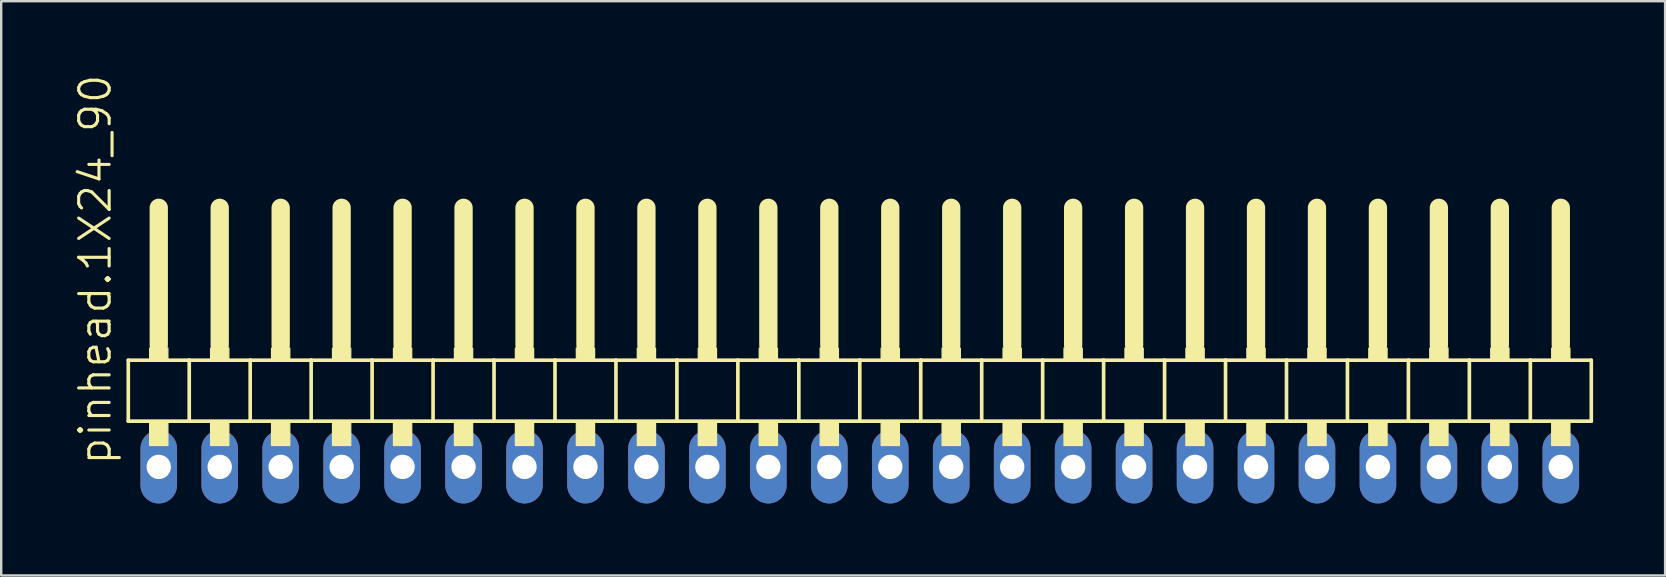
<source format=kicad_pcb>
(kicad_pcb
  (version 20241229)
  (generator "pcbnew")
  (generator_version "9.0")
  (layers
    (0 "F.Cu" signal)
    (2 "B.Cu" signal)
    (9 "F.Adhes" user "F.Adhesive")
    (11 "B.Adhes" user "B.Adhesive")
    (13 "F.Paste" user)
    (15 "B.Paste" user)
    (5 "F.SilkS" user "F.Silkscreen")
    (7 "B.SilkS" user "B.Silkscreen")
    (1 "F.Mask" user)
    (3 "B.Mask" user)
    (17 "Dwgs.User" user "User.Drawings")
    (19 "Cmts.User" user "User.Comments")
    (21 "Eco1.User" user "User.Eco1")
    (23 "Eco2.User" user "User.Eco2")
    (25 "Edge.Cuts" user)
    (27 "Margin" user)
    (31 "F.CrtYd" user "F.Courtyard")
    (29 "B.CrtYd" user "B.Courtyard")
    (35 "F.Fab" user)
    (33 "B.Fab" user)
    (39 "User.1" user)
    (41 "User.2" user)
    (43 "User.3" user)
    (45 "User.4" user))
  (footprint "pinhead.1X24_90"
    (layer "F.Cu")
    (at 32.775 12.594)
    (property "Reference" "pinhead.1X24_90" (at -31.115 3.81 90) (layer "F.SilkS") (effects (font (size 1.27 1.27) (thickness 0.13)) (justify left bottom)))
    (attr through_hole)
    (fp_line (start -30.48 -0.635) (end -30.48 1.905) (stroke (width 0.152) (type default)) (layer "F.SilkS"))
    (fp_line (start -30.48 1.905) (end -27.94 1.905) (stroke (width 0.152) (type default)) (layer "F.SilkS"))
    (fp_line (start -29.21 -6.985) (end -29.21 -1.27) (stroke (width 0.762) (type default)) (layer "F.SilkS"))
    (fp_line (start -27.94 -0.635) (end -30.48 -0.635) (stroke (width 0.152) (type default)) (layer "F.SilkS"))
    (fp_line (start -27.94 1.905) (end -27.94 -0.635) (stroke (width 0.152) (type default)) (layer "F.SilkS"))
    (fp_line (start -27.94 1.905) (end -25.4 1.905) (stroke (width 0.152) (type default)) (layer "F.SilkS"))
    (fp_line (start -26.67 -6.985) (end -26.67 -1.27) (stroke (width 0.762) (type default)) (layer "F.SilkS"))
    (fp_line (start -25.4 -0.635) (end -27.94 -0.635) (stroke (width 0.152) (type default)) (layer "F.SilkS"))
    (fp_line (start -25.4 1.905) (end -25.4 -0.635) (stroke (width 0.152) (type default)) (layer "F.SilkS"))
    (fp_line (start -25.4 1.905) (end -22.86 1.905) (stroke (width 0.152) (type default)) (layer "F.SilkS"))
    (fp_line (start -24.13 -6.985) (end -24.13 -1.27) (stroke (width 0.762) (type default)) (layer "F.SilkS"))
    (fp_line (start -22.86 -0.635) (end -25.4 -0.635) (stroke (width 0.152) (type default)) (layer "F.SilkS"))
    (fp_line (start -22.86 1.905) (end -22.86 -0.635) (stroke (width 0.152) (type default)) (layer "F.SilkS"))
    (fp_line (start -22.86 1.905) (end -20.32 1.905) (stroke (width 0.152) (type default)) (layer "F.SilkS"))
    (fp_line (start -21.59 -6.985) (end -21.59 -1.27) (stroke (width 0.762) (type default)) (layer "F.SilkS"))
    (fp_line (start -20.32 -0.635) (end -22.86 -0.635) (stroke (width 0.152) (type default)) (layer "F.SilkS"))
    (fp_line (start -20.32 1.905) (end -20.32 -0.635) (stroke (width 0.152) (type default)) (layer "F.SilkS"))
    (fp_line (start -20.32 1.905) (end -17.78 1.905) (stroke (width 0.152) (type default)) (layer "F.SilkS"))
    (fp_line (start -19.05 -6.985) (end -19.05 -1.27) (stroke (width 0.762) (type default)) (layer "F.SilkS"))
    (fp_line (start -17.78 -0.635) (end -20.32 -0.635) (stroke (width 0.152) (type default)) (layer "F.SilkS"))
    (fp_line (start -17.78 1.905) (end -17.78 -0.635) (stroke (width 0.152) (type default)) (layer "F.SilkS"))
    (fp_line (start -17.78 1.905) (end -15.24 1.905) (stroke (width 0.152) (type default)) (layer "F.SilkS"))
    (fp_line (start -16.51 -6.985) (end -16.51 -1.27) (stroke (width 0.762) (type default)) (layer "F.SilkS"))
    (fp_line (start -15.24 -0.635) (end -17.78 -0.635) (stroke (width 0.152) (type default)) (layer "F.SilkS"))
    (fp_line (start -15.24 1.905) (end -15.24 -0.635) (stroke (width 0.152) (type default)) (layer "F.SilkS"))
    (fp_line (start -15.24 1.905) (end -12.7 1.905) (stroke (width 0.152) (type default)) (layer "F.SilkS"))
    (fp_line (start -13.97 -6.985) (end -13.97 -1.27) (stroke (width 0.762) (type default)) (layer "F.SilkS"))
    (fp_line (start -12.7 -0.635) (end -15.24 -0.635) (stroke (width 0.152) (type default)) (layer "F.SilkS"))
    (fp_line (start -12.7 1.905) (end -12.7 -0.635) (stroke (width 0.152) (type default)) (layer "F.SilkS"))
    (fp_line (start -12.7 1.905) (end -10.16 1.905) (stroke (width 0.152) (type default)) (layer "F.SilkS"))
    (fp_line (start -11.43 -6.985) (end -11.43 -1.27) (stroke (width 0.762) (type default)) (layer "F.SilkS"))
    (fp_line (start -10.16 -0.635) (end -12.7 -0.635) (stroke (width 0.152) (type default)) (layer "F.SilkS"))
    (fp_line (start -10.16 1.905) (end -10.16 -0.635) (stroke (width 0.152) (type default)) (layer "F.SilkS"))
    (fp_line (start -10.16 1.905) (end -7.62 1.905) (stroke (width 0.152) (type default)) (layer "F.SilkS"))
    (fp_line (start -8.89 -6.985) (end -8.89 -1.27) (stroke (width 0.762) (type default)) (layer "F.SilkS"))
    (fp_line (start -7.62 -0.635) (end -10.16 -0.635) (stroke (width 0.152) (type default)) (layer "F.SilkS"))
    (fp_line (start -7.62 1.905) (end -7.62 -0.635) (stroke (width 0.152) (type default)) (layer "F.SilkS"))
    (fp_line (start -7.62 1.905) (end -5.08 1.905) (stroke (width 0.152) (type default)) (layer "F.SilkS"))
    (fp_line (start -6.35 -6.985) (end -6.35 -1.27) (stroke (width 0.762) (type default)) (layer "F.SilkS"))
    (fp_line (start -5.08 -0.635) (end -7.62 -0.635) (stroke (width 0.152) (type default)) (layer "F.SilkS"))
    (fp_line (start -5.08 1.905) (end -5.08 -0.635) (stroke (width 0.152) (type default)) (layer "F.SilkS"))
    (fp_line (start -5.08 1.905) (end -2.54 1.905) (stroke (width 0.152) (type default)) (layer "F.SilkS"))
    (fp_line (start -3.81 -6.985) (end -3.81 -1.27) (stroke (width 0.762) (type default)) (layer "F.SilkS"))
    (fp_line (start -2.54 -0.635) (end -5.08 -0.635) (stroke (width 0.152) (type default)) (layer "F.SilkS"))
    (fp_line (start -2.54 1.905) (end -2.54 -0.635) (stroke (width 0.152) (type default)) (layer "F.SilkS"))
    (fp_line (start -2.54 1.905) (end 0 1.905) (stroke (width 0.152) (type default)) (layer "F.SilkS"))
    (fp_line (start -1.27 -6.985) (end -1.27 -1.27) (stroke (width 0.762) (type default)) (layer "F.SilkS"))
    (fp_line (start 0 -0.635) (end -2.54 -0.635) (stroke (width 0.152) (type default)) (layer "F.SilkS"))
    (fp_line (start 0 1.905) (end 0 -0.635) (stroke (width 0.152) (type default)) (layer "F.SilkS"))
    (fp_line (start 0 1.905) (end 2.54 1.905) (stroke (width 0.152) (type default)) (layer "F.SilkS"))
    (fp_line (start 1.27 -6.985) (end 1.27 -1.27) (stroke (width 0.762) (type default)) (layer "F.SilkS"))
    (fp_line (start 2.54 -0.635) (end 0 -0.635) (stroke (width 0.152) (type default)) (layer "F.SilkS"))
    (fp_line (start 2.54 1.905) (end 2.54 -0.635) (stroke (width 0.152) (type default)) (layer "F.SilkS"))
    (fp_line (start 2.54 1.905) (end 5.08 1.905) (stroke (width 0.152) (type default)) (layer "F.SilkS"))
    (fp_line (start 3.81 -6.985) (end 3.81 -1.27) (stroke (width 0.762) (type default)) (layer "F.SilkS"))
    (fp_line (start 5.08 -0.635) (end 2.54 -0.635) (stroke (width 0.152) (type default)) (layer "F.SilkS"))
    (fp_line (start 5.08 1.905) (end 5.08 -0.635) (stroke (width 0.152) (type default)) (layer "F.SilkS"))
    (fp_line (start 5.08 1.905) (end 7.62 1.905) (stroke (width 0.152) (type default)) (layer "F.SilkS"))
    (fp_line (start 6.35 -6.985) (end 6.35 -1.27) (stroke (width 0.762) (type default)) (layer "F.SilkS"))
    (fp_line (start 7.62 -0.635) (end 5.08 -0.635) (stroke (width 0.152) (type default)) (layer "F.SilkS"))
    (fp_line (start 7.62 1.905) (end 7.62 -0.635) (stroke (width 0.152) (type default)) (layer "F.SilkS"))
    (fp_line (start 7.62 1.905) (end 10.16 1.905) (stroke (width 0.152) (type default)) (layer "F.SilkS"))
    (fp_line (start 8.89 -6.985) (end 8.89 -1.27) (stroke (width 0.762) (type default)) (layer "F.SilkS"))
    (fp_line (start 10.16 -0.635) (end 7.62 -0.635) (stroke (width 0.152) (type default)) (layer "F.SilkS"))
    (fp_line (start 10.16 1.905) (end 10.16 -0.635) (stroke (width 0.152) (type default)) (layer "F.SilkS"))
    (fp_line (start 10.16 1.905) (end 12.7 1.905) (stroke (width 0.152) (type default)) (layer "F.SilkS"))
    (fp_line (start 11.43 -6.985) (end 11.43 -1.27) (stroke (width 0.762) (type default)) (layer "F.SilkS"))
    (fp_line (start 12.7 -0.635) (end 10.16 -0.635) (stroke (width 0.152) (type default)) (layer "F.SilkS"))
    (fp_line (start 12.7 1.905) (end 12.7 -0.635) (stroke (width 0.152) (type default)) (layer "F.SilkS"))
    (fp_line (start 12.7 1.905) (end 15.24 1.905) (stroke (width 0.152) (type default)) (layer "F.SilkS"))
    (fp_line (start 13.97 -6.985) (end 13.97 -1.27) (stroke (width 0.762) (type default)) (layer "F.SilkS"))
    (fp_line (start 15.24 -0.635) (end 12.7 -0.635) (stroke (width 0.152) (type default)) (layer "F.SilkS"))
    (fp_line (start 15.24 1.905) (end 15.24 -0.635) (stroke (width 0.152) (type default)) (layer "F.SilkS"))
    (fp_line (start 15.24 1.905) (end 17.78 1.905) (stroke (width 0.152) (type default)) (layer "F.SilkS"))
    (fp_line (start 16.51 -6.985) (end 16.51 -1.27) (stroke (width 0.762) (type default)) (layer "F.SilkS"))
    (fp_line (start 17.78 -0.635) (end 15.24 -0.635) (stroke (width 0.152) (type default)) (layer "F.SilkS"))
    (fp_line (start 17.78 1.905) (end 17.78 -0.635) (stroke (width 0.152) (type default)) (layer "F.SilkS"))
    (fp_line (start 17.78 1.905) (end 20.32 1.905) (stroke (width 0.152) (type default)) (layer "F.SilkS"))
    (fp_line (start 19.05 -6.985) (end 19.05 -1.27) (stroke (width 0.762) (type default)) (layer "F.SilkS"))
    (fp_line (start 20.32 -0.635) (end 17.78 -0.635) (stroke (width 0.152) (type default)) (layer "F.SilkS"))
    (fp_line (start 20.32 1.905) (end 20.32 -0.635) (stroke (width 0.152) (type default)) (layer "F.SilkS"))
    (fp_line (start 20.32 1.905) (end 22.86 1.905) (stroke (width 0.152) (type default)) (layer "F.SilkS"))
    (fp_line (start 21.59 -6.985) (end 21.59 -1.27) (stroke (width 0.762) (type default)) (layer "F.SilkS"))
    (fp_line (start 22.86 -0.635) (end 20.32 -0.635) (stroke (width 0.152) (type default)) (layer "F.SilkS"))
    (fp_line (start 22.86 1.905) (end 22.86 -0.635) (stroke (width 0.152) (type default)) (layer "F.SilkS"))
    (fp_line (start 22.86 1.905) (end 25.4 1.905) (stroke (width 0.152) (type default)) (layer "F.SilkS"))
    (fp_line (start 24.13 -6.985) (end 24.13 -1.27) (stroke (width 0.762) (type default)) (layer "F.SilkS"))
    (fp_line (start 25.4 -0.635) (end 22.86 -0.635) (stroke (width 0.152) (type default)) (layer "F.SilkS"))
    (fp_line (start 25.4 1.905) (end 25.4 -0.635) (stroke (width 0.152) (type default)) (layer "F.SilkS"))
    (fp_line (start 25.4 1.905) (end 27.94 1.905) (stroke (width 0.152) (type default)) (layer "F.SilkS"))
    (fp_line (start 26.67 -6.985) (end 26.67 -1.27) (stroke (width 0.762) (type default)) (layer "F.SilkS"))
    (fp_line (start 27.94 -0.635) (end 25.4 -0.635) (stroke (width 0.152) (type default)) (layer "F.SilkS"))
    (fp_line (start 27.94 1.905) (end 27.94 -0.635) (stroke (width 0.152) (type default)) (layer "F.SilkS"))
    (fp_line (start 27.94 1.905) (end 30.48 1.905) (stroke (width 0.152) (type default)) (layer "F.SilkS"))
    (fp_line (start 29.21 -6.985) (end 29.21 -1.27) (stroke (width 0.762) (type default)) (layer "F.SilkS"))
    (fp_line (start 30.48 -0.635) (end 27.94 -0.635) (stroke (width 0.152) (type default)) (layer "F.SilkS"))
    (fp_line (start 30.48 1.905) (end 30.48 -0.635) (stroke (width 0.152) (type default)) (layer "F.SilkS"))
    (fp_rect (start -29.591 -0.635) (end -28.829 -1.143) (stroke (width 0.05) (type default)) (fill yes) (layer "F.SilkS"))
    (fp_rect (start -29.591 2.921) (end -28.829 1.905) (stroke (width 0.05) (type default)) (fill yes) (layer "F.SilkS"))
    (fp_rect (start -27.051 -0.635) (end -26.289 -1.143) (stroke (width 0.05) (type default)) (fill yes) (layer "F.SilkS"))
    (fp_rect (start -27.051 2.921) (end -26.289 1.905) (stroke (width 0.05) (type default)) (fill yes) (layer "F.SilkS"))
    (fp_rect (start -24.511 -0.635) (end -23.749 -1.143) (stroke (width 0.05) (type default)) (fill yes) (layer "F.SilkS"))
    (fp_rect (start -24.511 2.921) (end -23.749 1.905) (stroke (width 0.05) (type default)) (fill yes) (layer "F.SilkS"))
    (fp_rect (start -21.971 -0.635) (end -21.209 -1.143) (stroke (width 0.05) (type default)) (fill yes) (layer "F.SilkS"))
    (fp_rect (start -21.971 2.921) (end -21.209 1.905) (stroke (width 0.05) (type default)) (fill yes) (layer "F.SilkS"))
    (fp_rect (start -19.431 -0.635) (end -18.669 -1.143) (stroke (width 0.05) (type default)) (fill yes) (layer "F.SilkS"))
    (fp_rect (start -19.431 2.921) (end -18.669 1.905) (stroke (width 0.05) (type default)) (fill yes) (layer "F.SilkS"))
    (fp_rect (start -16.891 -0.635) (end -16.129 -1.143) (stroke (width 0.05) (type default)) (fill yes) (layer "F.SilkS"))
    (fp_rect (start -16.891 2.921) (end -16.129 1.905) (stroke (width 0.05) (type default)) (fill yes) (layer "F.SilkS"))
    (fp_rect (start -14.351 -0.635) (end -13.589 -1.143) (stroke (width 0.05) (type default)) (fill yes) (layer "F.SilkS"))
    (fp_rect (start -14.351 2.921) (end -13.589 1.905) (stroke (width 0.05) (type default)) (fill yes) (layer "F.SilkS"))
    (fp_rect (start -11.811 -0.635) (end -11.049 -1.143) (stroke (width 0.05) (type default)) (fill yes) (layer "F.SilkS"))
    (fp_rect (start -11.811 2.921) (end -11.049 1.905) (stroke (width 0.05) (type default)) (fill yes) (layer "F.SilkS"))
    (fp_rect (start -9.271 -0.635) (end -8.509 -1.143) (stroke (width 0.05) (type default)) (fill yes) (layer "F.SilkS"))
    (fp_rect (start -9.271 2.921) (end -8.509 1.905) (stroke (width 0.05) (type default)) (fill yes) (layer "F.SilkS"))
    (fp_rect (start -6.731 -0.635) (end -5.969 -1.143) (stroke (width 0.05) (type default)) (fill yes) (layer "F.SilkS"))
    (fp_rect (start -6.731 2.921) (end -5.969 1.905) (stroke (width 0.05) (type default)) (fill yes) (layer "F.SilkS"))
    (fp_rect (start -4.191 -0.635) (end -3.429 -1.143) (stroke (width 0.05) (type default)) (fill yes) (layer "F.SilkS"))
    (fp_rect (start -4.191 2.921) (end -3.429 1.905) (stroke (width 0.05) (type default)) (fill yes) (layer "F.SilkS"))
    (fp_rect (start -1.651 -0.635) (end -0.889 -1.143) (stroke (width 0.05) (type default)) (fill yes) (layer "F.SilkS"))
    (fp_rect (start -1.651 2.921) (end -0.889 1.905) (stroke (width 0.05) (type default)) (fill yes) (layer "F.SilkS"))
    (fp_rect (start 0.889 -0.635) (end 1.651 -1.143) (stroke (width 0.05) (type default)) (fill yes) (layer "F.SilkS"))
    (fp_rect (start 0.889 2.921) (end 1.651 1.905) (stroke (width 0.05) (type default)) (fill yes) (layer "F.SilkS"))
    (fp_rect (start 3.429 -0.635) (end 4.191 -1.143) (stroke (width 0.05) (type default)) (fill yes) (layer "F.SilkS"))
    (fp_rect (start 3.429 2.921) (end 4.191 1.905) (stroke (width 0.05) (type default)) (fill yes) (layer "F.SilkS"))
    (fp_rect (start 5.969 -0.635) (end 6.731 -1.143) (stroke (width 0.05) (type default)) (fill yes) (layer "F.SilkS"))
    (fp_rect (start 5.969 2.921) (end 6.731 1.905) (stroke (width 0.05) (type default)) (fill yes) (layer "F.SilkS"))
    (fp_rect (start 8.509 -0.635) (end 9.271 -1.143) (stroke (width 0.05) (type default)) (fill yes) (layer "F.SilkS"))
    (fp_rect (start 8.509 2.921) (end 9.271 1.905) (stroke (width 0.05) (type default)) (fill yes) (layer "F.SilkS"))
    (fp_rect (start 11.049 -0.635) (end 11.811 -1.143) (stroke (width 0.05) (type default)) (fill yes) (layer "F.SilkS"))
    (fp_rect (start 11.049 2.921) (end 11.811 1.905) (stroke (width 0.05) (type default)) (fill yes) (layer "F.SilkS"))
    (fp_rect (start 13.589 -0.635) (end 14.351 -1.143) (stroke (width 0.05) (type default)) (fill yes) (layer "F.SilkS"))
    (fp_rect (start 13.589 2.921) (end 14.351 1.905) (stroke (width 0.05) (type default)) (fill yes) (layer "F.SilkS"))
    (fp_rect (start 16.129 -0.635) (end 16.891 -1.143) (stroke (width 0.05) (type default)) (fill yes) (layer "F.SilkS"))
    (fp_rect (start 16.129 2.921) (end 16.891 1.905) (stroke (width 0.05) (type default)) (fill yes) (layer "F.SilkS"))
    (fp_rect (start 18.669 -0.635) (end 19.431 -1.143) (stroke (width 0.05) (type default)) (fill yes) (layer "F.SilkS"))
    (fp_rect (start 18.669 2.921) (end 19.431 1.905) (stroke (width 0.05) (type default)) (fill yes) (layer "F.SilkS"))
    (fp_rect (start 21.209 -0.635) (end 21.971 -1.143) (stroke (width 0.05) (type default)) (fill yes) (layer "F.SilkS"))
    (fp_rect (start 21.209 2.921) (end 21.971 1.905) (stroke (width 0.05) (type default)) (fill yes) (layer "F.SilkS"))
    (fp_rect (start 23.749 -0.635) (end 24.511 -1.143) (stroke (width 0.05) (type default)) (fill yes) (layer "F.SilkS"))
    (fp_rect (start 23.749 2.921) (end 24.511 1.905) (stroke (width 0.05) (type default)) (fill yes) (layer "F.SilkS"))
    (fp_rect (start 26.289 -0.635) (end 27.051 -1.143) (stroke (width 0.05) (type default)) (fill yes) (layer "F.SilkS"))
    (fp_rect (start 26.289 2.921) (end 27.051 1.905) (stroke (width 0.05) (type default)) (fill yes) (layer "F.SilkS"))
    (fp_rect (start 28.829 -0.635) (end 29.591 -1.143) (stroke (width 0.05) (type default)) (fill yes) (layer "F.SilkS"))
    (fp_rect (start 28.829 2.921) (end 29.591 1.905) (stroke (width 0.05) (type default)) (fill yes) (layer "F.SilkS"))
    (pad "1" thru_hole oval (at -29.21 3.81 90) (size 3.048 1.524) (drill 1.016) (layers "*.Cu" "*.Mask"))
    (pad "2" thru_hole oval (at -26.67 3.81 90) (size 3.048 1.524) (drill 1.016) (layers "*.Cu" "*.Mask"))
    (pad "3" thru_hole oval (at -24.13 3.81 90) (size 3.048 1.524) (drill 1.016) (layers "*.Cu" "*.Mask"))
    (pad "4" thru_hole oval (at -21.59 3.81 90) (size 3.048 1.524) (drill 1.016) (layers "*.Cu" "*.Mask"))
    (pad "5" thru_hole oval (at -19.05 3.81 90) (size 3.048 1.524) (drill 1.016) (layers "*.Cu" "*.Mask"))
    (pad "6" thru_hole oval (at -16.51 3.81 90) (size 3.048 1.524) (drill 1.016) (layers "*.Cu" "*.Mask"))
    (pad "7" thru_hole oval (at -13.97 3.81 90) (size 3.048 1.524) (drill 1.016) (layers "*.Cu" "*.Mask"))
    (pad "8" thru_hole oval (at -11.43 3.81 90) (size 3.048 1.524) (drill 1.016) (layers "*.Cu" "*.Mask"))
    (pad "9" thru_hole oval (at -8.89 3.81 90) (size 3.048 1.524) (drill 1.016) (layers "*.Cu" "*.Mask"))
    (pad "10" thru_hole oval (at -6.35 3.81 90) (size 3.048 1.524) (drill 1.016) (layers "*.Cu" "*.Mask"))
    (pad "11" thru_hole oval (at -3.81 3.81 90) (size 3.048 1.524) (drill 1.016) (layers "*.Cu" "*.Mask"))
    (pad "12" thru_hole oval (at -1.27 3.81 90) (size 3.048 1.524) (drill 1.016) (layers "*.Cu" "*.Mask"))
    (pad "13" thru_hole oval (at 1.27 3.81 90) (size 3.048 1.524) (drill 1.016) (layers "*.Cu" "*.Mask"))
    (pad "14" thru_hole oval (at 3.81 3.81 90) (size 3.048 1.524) (drill 1.016) (layers "*.Cu" "*.Mask"))
    (pad "15" thru_hole oval (at 6.35 3.81 90) (size 3.048 1.524) (drill 1.016) (layers "*.Cu" "*.Mask"))
    (pad "16" thru_hole oval (at 8.89 3.81 90) (size 3.048 1.524) (drill 1.016) (layers "*.Cu" "*.Mask"))
    (pad "17" thru_hole oval (at 11.43 3.81 90) (size 3.048 1.524) (drill 1.016) (layers "*.Cu" "*.Mask"))
    (pad "18" thru_hole oval (at 13.97 3.81 90) (size 3.048 1.524) (drill 1.016) (layers "*.Cu" "*.Mask"))
    (pad "19" thru_hole oval (at 16.51 3.81 90) (size 3.048 1.524) (drill 1.016) (layers "*.Cu" "*.Mask"))
    (pad "20" thru_hole oval (at 19.05 3.81 90) (size 3.048 1.524) (drill 1.016) (layers "*.Cu" "*.Mask"))
    (pad "21" thru_hole oval (at 21.59 3.81 90) (size 3.048 1.524) (drill 1.016) (layers "*.Cu" "*.Mask"))
    (pad "22" thru_hole oval (at 24.13 3.81 90) (size 3.048 1.524) (drill 1.016) (layers "*.Cu" "*.Mask"))
    (pad "23" thru_hole oval (at 26.67 3.81 90) (size 3.048 1.524) (drill 1.016) (layers "*.Cu" "*.Mask"))
    (pad "24" thru_hole oval (at 29.21 3.81 90) (size 3.048 1.524) (drill 1.016) (layers "*.Cu" "*.Mask")))
  (gr_rect
    (start -3 -3)
    (end 66.331 20.928)
    (stroke (width 0.1) (type default))
    (fill no)
    (layer "Edge.Cuts")))
</source>
